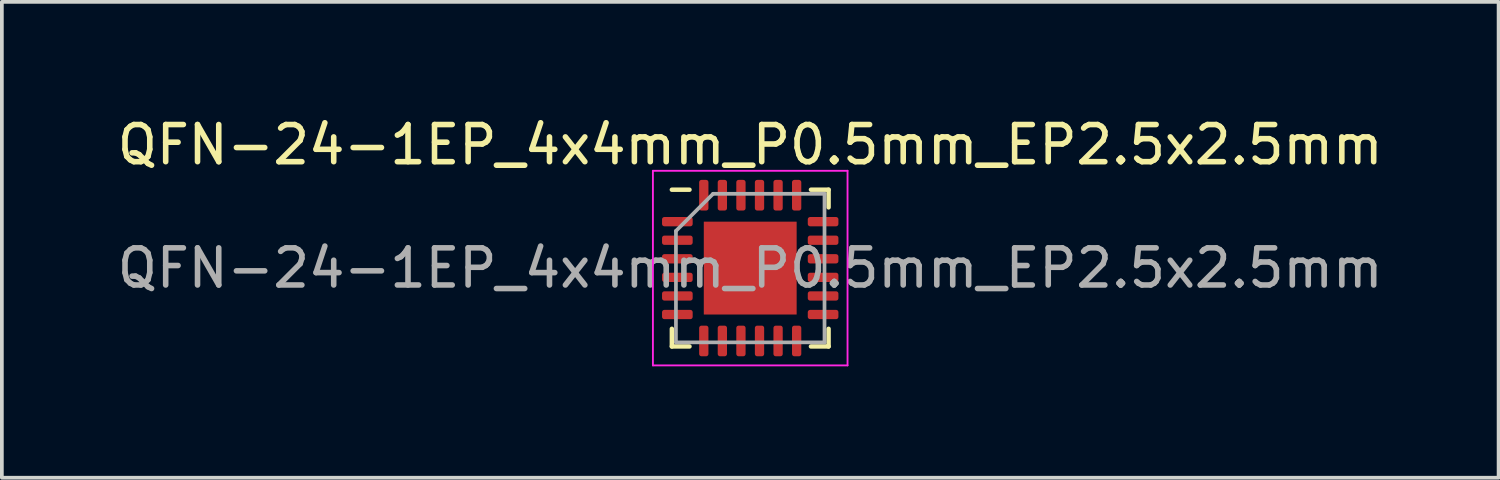
<source format=kicad_pcb>
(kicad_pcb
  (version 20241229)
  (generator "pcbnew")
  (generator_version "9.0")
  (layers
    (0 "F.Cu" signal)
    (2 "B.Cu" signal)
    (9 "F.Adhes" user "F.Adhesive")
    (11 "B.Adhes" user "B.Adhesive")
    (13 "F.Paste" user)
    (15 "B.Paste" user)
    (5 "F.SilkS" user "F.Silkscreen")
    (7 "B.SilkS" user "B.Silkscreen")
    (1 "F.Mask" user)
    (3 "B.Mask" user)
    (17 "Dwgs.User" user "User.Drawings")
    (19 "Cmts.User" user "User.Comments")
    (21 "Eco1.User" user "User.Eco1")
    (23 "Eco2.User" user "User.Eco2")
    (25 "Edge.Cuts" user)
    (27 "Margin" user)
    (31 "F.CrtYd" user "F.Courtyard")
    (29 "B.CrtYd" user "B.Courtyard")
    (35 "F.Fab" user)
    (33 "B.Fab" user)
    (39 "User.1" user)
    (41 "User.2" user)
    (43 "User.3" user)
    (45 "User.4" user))
  (footprint "QFN-24-1EP_4x4mm_P0.5mm_EP2.5x2.5mm"
    (layer "F.Cu")
    (at 17.149 4.168)
    (property "Reference" "QFN-24-1EP_4x4mm_P0.5mm_EP2.5x2.5mm" (at 0 -3.32 0) (layer "F.SilkS") (effects (font (size 1 1) (thickness 0.15))))
    (attr smd)
    (fp_line (start -2.11 2.11) (end -2.11 1.635) (stroke (width 0.12) (type solid)) (layer "F.SilkS"))
    (fp_line (start -1.635 -2.11) (end -2.11 -2.11) (stroke (width 0.12) (type solid)) (layer "F.SilkS"))
    (fp_line (start -1.635 2.11) (end -2.11 2.11) (stroke (width 0.12) (type solid)) (layer "F.SilkS"))
    (fp_line (start 1.635 -2.11) (end 2.11 -2.11) (stroke (width 0.12) (type solid)) (layer "F.SilkS"))
    (fp_line (start 1.635 2.11) (end 2.11 2.11) (stroke (width 0.12) (type solid)) (layer "F.SilkS"))
    (fp_line (start 2.11 -2.11) (end 2.11 -1.635) (stroke (width 0.12) (type solid)) (layer "F.SilkS"))
    (fp_line (start 2.11 2.11) (end 2.11 1.635) (stroke (width 0.12) (type solid)) (layer "F.SilkS"))
    (fp_line (start -2.62 -2.62) (end -2.62 2.62) (stroke (width 0.05) (type solid)) (layer "F.CrtYd"))
    (fp_line (start -2.62 2.62) (end 2.62 2.62) (stroke (width 0.05) (type solid)) (layer "F.CrtYd"))
    (fp_line (start 2.62 -2.62) (end -2.62 -2.62) (stroke (width 0.05) (type solid)) (layer "F.CrtYd"))
    (fp_line (start 2.62 2.62) (end 2.62 -2.62) (stroke (width 0.05) (type solid)) (layer "F.CrtYd"))
    (fp_line (start -2 -1) (end -1 -2) (stroke (width 0.1) (type solid)) (layer "F.Fab"))
    (fp_line (start -2 2) (end -2 -1) (stroke (width 0.1) (type solid)) (layer "F.Fab"))
    (fp_line (start -1 -2) (end 2 -2) (stroke (width 0.1) (type solid)) (layer "F.Fab"))
    (fp_line (start 2 -2) (end 2 2) (stroke (width 0.1) (type solid)) (layer "F.Fab"))
    (fp_line (start 2 2) (end -2 2) (stroke (width 0.1) (type solid)) (layer "F.Fab"))
    (fp_text user "${REFERENCE}" (at 0 0 0) (layer "F.Fab") (effects (font (size 1 1) (thickness 0.15))))
    (pad "" smd roundrect (at -0.675 -0.675) (size 1.09 1.09) (layers "F.Paste") (roundrect_rratio 0.229))
    (pad "" smd roundrect (at -0.675 0.675) (size 1.09 1.09) (layers "F.Paste") (roundrect_rratio 0.229))
    (pad "" smd roundrect (at 0.675 -0.675) (size 1.09 1.09) (layers "F.Paste") (roundrect_rratio 0.229))
    (pad "" smd roundrect (at 0.675 0.675) (size 1.09 1.09) (layers "F.Paste") (roundrect_rratio 0.229))
    (pad "1" smd roundrect (at -1.962 -1.25) (size 0.825 0.25) (layers "F.Cu" "F.Mask" "F.Paste") (roundrect_rratio 0.25))
    (pad "2" smd roundrect (at -1.962 -0.75) (size 0.825 0.25) (layers "F.Cu" "F.Mask" "F.Paste") (roundrect_rratio 0.25))
    (pad "3" smd roundrect (at -1.962 -0.25) (size 0.825 0.25) (layers "F.Cu" "F.Mask" "F.Paste") (roundrect_rratio 0.25))
    (pad "4" smd roundrect (at -1.962 0.25) (size 0.825 0.25) (layers "F.Cu" "F.Mask" "F.Paste") (roundrect_rratio 0.25))
    (pad "5" smd roundrect (at -1.962 0.75) (size 0.825 0.25) (layers "F.Cu" "F.Mask" "F.Paste") (roundrect_rratio 0.25))
    (pad "6" smd roundrect (at -1.962 1.25) (size 0.825 0.25) (layers "F.Cu" "F.Mask" "F.Paste") (roundrect_rratio 0.25))
    (pad "7" smd roundrect (at -1.25 1.962) (size 0.25 0.825) (layers "F.Cu" "F.Mask" "F.Paste") (roundrect_rratio 0.25))
    (pad "8" smd roundrect (at -0.75 1.962) (size 0.25 0.825) (layers "F.Cu" "F.Mask" "F.Paste") (roundrect_rratio 0.25))
    (pad "9" smd roundrect (at -0.25 1.962) (size 0.25 0.825) (layers "F.Cu" "F.Mask" "F.Paste") (roundrect_rratio 0.25))
    (pad "10" smd roundrect (at 0.25 1.962) (size 0.25 0.825) (layers "F.Cu" "F.Mask" "F.Paste") (roundrect_rratio 0.25))
    (pad "11" smd roundrect (at 0.75 1.962) (size 0.25 0.825) (layers "F.Cu" "F.Mask" "F.Paste") (roundrect_rratio 0.25))
    (pad "12" smd roundrect (at 1.25 1.962) (size 0.25 0.825) (layers "F.Cu" "F.Mask" "F.Paste") (roundrect_rratio 0.25))
    (pad "13" smd roundrect (at 1.962 1.25) (size 0.825 0.25) (layers "F.Cu" "F.Mask" "F.Paste") (roundrect_rratio 0.25))
    (pad "14" smd roundrect (at 1.962 0.75) (size 0.825 0.25) (layers "F.Cu" "F.Mask" "F.Paste") (roundrect_rratio 0.25))
    (pad "15" smd roundrect (at 1.962 0.25) (size 0.825 0.25) (layers "F.Cu" "F.Mask" "F.Paste") (roundrect_rratio 0.25))
    (pad "16" smd roundrect (at 1.962 -0.25) (size 0.825 0.25) (layers "F.Cu" "F.Mask" "F.Paste") (roundrect_rratio 0.25))
    (pad "17" smd roundrect (at 1.962 -0.75) (size 0.825 0.25) (layers "F.Cu" "F.Mask" "F.Paste") (roundrect_rratio 0.25))
    (pad "18" smd roundrect (at 1.962 -1.25) (size 0.825 0.25) (layers "F.Cu" "F.Mask" "F.Paste") (roundrect_rratio 0.25))
    (pad "19" smd roundrect (at 1.25 -1.962) (size 0.25 0.825) (layers "F.Cu" "F.Mask" "F.Paste") (roundrect_rratio 0.25))
    (pad "20" smd roundrect (at 0.75 -1.962) (size 0.25 0.825) (layers "F.Cu" "F.Mask" "F.Paste") (roundrect_rratio 0.25))
    (pad "21" smd roundrect (at 0.25 -1.962) (size 0.25 0.825) (layers "F.Cu" "F.Mask" "F.Paste") (roundrect_rratio 0.25))
    (pad "22" smd roundrect (at -0.25 -1.962) (size 0.25 0.825) (layers "F.Cu" "F.Mask" "F.Paste") (roundrect_rratio 0.25))
    (pad "23" smd roundrect (at -0.75 -1.962) (size 0.25 0.825) (layers "F.Cu" "F.Mask" "F.Paste") (roundrect_rratio 0.25))
    (pad "24" smd roundrect (at -1.25 -1.962) (size 0.25 0.825) (layers "F.Cu" "F.Mask" "F.Paste") (roundrect_rratio 0.25))
    (pad "25" smd rect (at 0 0) (size 2.5 2.5) (layers "F.Cu" "F.Mask")))
  (gr_rect
    (start -3 -3)
    (end 37.298 9.813)
    (stroke (width 0.1) (type default))
    (fill no)
    (layer "Edge.Cuts")))
</source>
